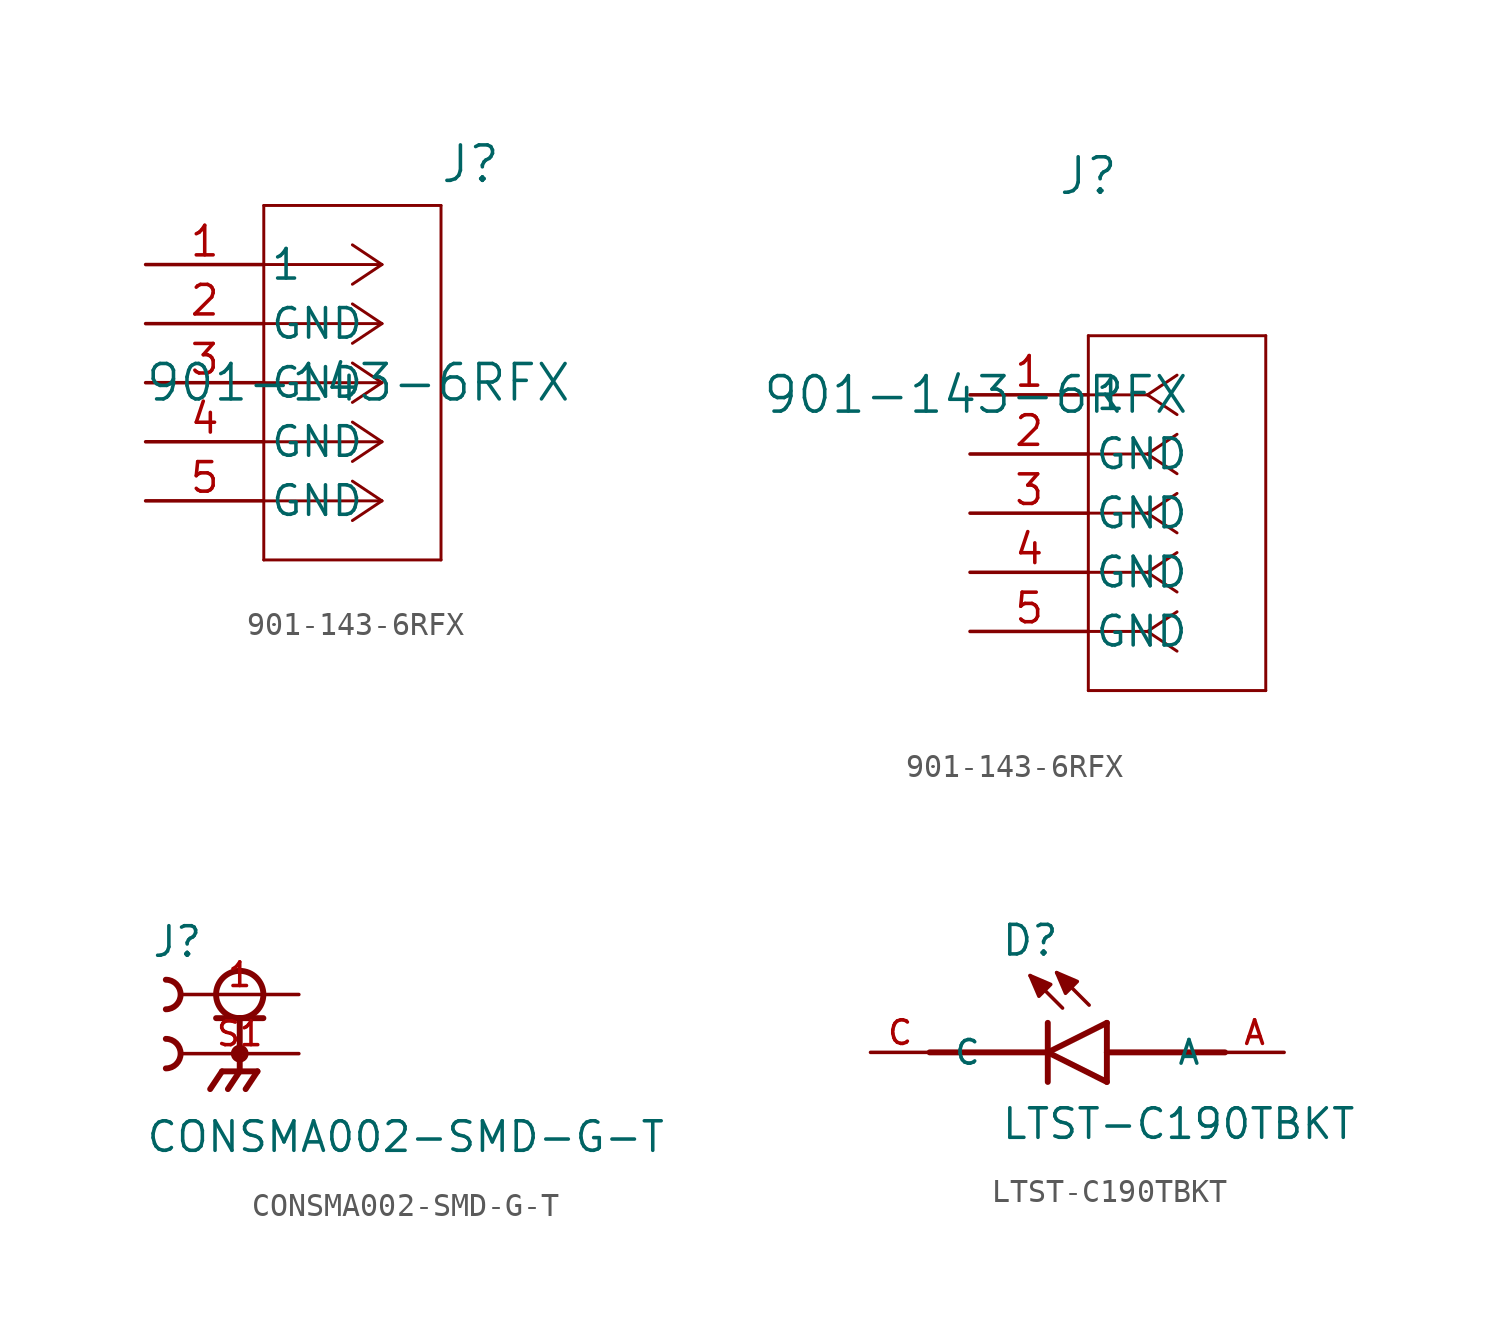
<source format=kicad_sym>
(kicad_symbol_lib
  (version 20231120)
  (generator "kicad_symbol_editor")
  (generator_version "8.0")
  (symbol "901-143-6RFX"
    (pin_names
      (offset 0.254))
    (property "Reference" "J"
      (at 5.08 9.398 0)
      (effects (font (size 1.524 1.524))))
    (property "Value" "901-143-6RFX"
      (at 0.254 0 0)
      (effects (font (size 1.524 1.524))))
    (property "ki_locked" ""
      (at 0 0 0)
      (effects (font (size 1.27 1.27))))
    (symbol "901-143-6RFX_1_1"
      (polyline (pts (xy -3.81 -7.62) (xy 3.81 -7.62)) (stroke (width 0.127) (type default)) (fill (type none)))
      (polyline (pts (xy -3.81 7.62) (xy -3.81 -7.62)) (stroke (width 0.127) (type default)) (fill (type none)))
      (polyline (pts (xy 1.27 -5.08) (xy -3.81 -5.08)) (stroke (width 0.127) (type default)) (fill (type none)))
      (polyline (pts (xy 1.27 -5.08) (xy 0 -5.927)) (stroke (width 0.127) (type default)) (fill (type none)))
      (polyline (pts (xy 1.27 -5.08) (xy 0 -4.233)) (stroke (width 0.127) (type default)) (fill (type none)))
      (polyline (pts (xy 1.27 -2.54) (xy -3.81 -2.54)) (stroke (width 0.127) (type default)) (fill (type none)))
      (polyline (pts (xy 1.27 -2.54) (xy 0 -3.387)) (stroke (width 0.127) (type default)) (fill (type none)))
      (polyline (pts (xy 1.27 -2.54) (xy 0 -1.693)) (stroke (width 0.127) (type default)) (fill (type none)))
      (polyline (pts (xy 1.27 0) (xy -3.81 0)) (stroke (width 0.127) (type default)) (fill (type none)))
      (polyline (pts (xy 1.27 0) (xy 0 -0.847)) (stroke (width 0.127) (type default)) (fill (type none)))
      (polyline (pts (xy 1.27 0) (xy 0 0.847)) (stroke (width 0.127) (type default)) (fill (type none)))
      (polyline (pts (xy 1.27 2.54) (xy -3.81 2.54)) (stroke (width 0.127) (type default)) (fill (type none)))
      (polyline (pts (xy 1.27 2.54) (xy 0 1.693)) (stroke (width 0.127) (type default)) (fill (type none)))
      (polyline (pts (xy 1.27 2.54) (xy 0 3.387)) (stroke (width 0.127) (type default)) (fill (type none)))
      (polyline (pts (xy 1.27 5.08) (xy -3.81 5.08)) (stroke (width 0.127) (type default)) (fill (type none)))
      (polyline (pts (xy 1.27 5.08) (xy 0 4.233)) (stroke (width 0.127) (type default)) (fill (type none)))
      (polyline (pts (xy 1.27 5.08) (xy 0 5.927)) (stroke (width 0.127) (type default)) (fill (type none)))
      (polyline (pts (xy 3.81 -7.62) (xy 3.81 7.62)) (stroke (width 0.127) (type default)) (fill (type none)))
      (polyline (pts (xy 3.81 7.62) (xy -3.81 7.62)) (stroke (width 0.127) (type default)) (fill (type none)))
      (pin unspecified line (at -8.89 5.08 0) (length 5.08) (name "1" (effects (font (size 1.27 1.27)))) (number "1" (effects (font (size 1.27 1.27)))))
      (pin unspecified line (at -8.89 2.54 0) (length 5.08) (name "GND" (effects (font (size 1.27 1.27)))) (number "2" (effects (font (size 1.27 1.27)))))
      (pin unspecified line (at -8.89 0 0) (length 5.08) (name "GND" (effects (font (size 1.27 1.27)))) (number "3" (effects (font (size 1.27 1.27)))))
      (pin unspecified line (at -8.89 -2.54 0) (length 5.08) (name "GND" (effects (font (size 1.27 1.27)))) (number "4" (effects (font (size 1.27 1.27)))))
      (pin unspecified line (at -8.89 -5.08 0) (length 5.08) (name "GND" (effects (font (size 1.27 1.27)))) (number "5" (effects (font (size 1.27 1.27))))))
    (symbol "901-143-6RFX_1_2"
      (polyline (pts (xy 5.08 -12.7) (xy 12.7 -12.7)) (stroke (width 0.127) (type default)) (fill (type none)))
      (polyline (pts (xy 5.08 2.54) (xy 5.08 -12.7)) (stroke (width 0.127) (type default)) (fill (type none)))
      (polyline (pts (xy 7.62 -10.16) (xy 5.08 -10.16)) (stroke (width 0.127) (type default)) (fill (type none)))
      (polyline (pts (xy 7.62 -10.16) (xy 8.89 -11.007)) (stroke (width 0.127) (type default)) (fill (type none)))
      (polyline (pts (xy 7.62 -10.16) (xy 8.89 -9.313)) (stroke (width 0.127) (type default)) (fill (type none)))
      (polyline (pts (xy 7.62 -7.62) (xy 5.08 -7.62)) (stroke (width 0.127) (type default)) (fill (type none)))
      (polyline (pts (xy 7.62 -7.62) (xy 8.89 -8.467)) (stroke (width 0.127) (type default)) (fill (type none)))
      (polyline (pts (xy 7.62 -7.62) (xy 8.89 -6.773)) (stroke (width 0.127) (type default)) (fill (type none)))
      (polyline (pts (xy 7.62 -5.08) (xy 5.08 -5.08)) (stroke (width 0.127) (type default)) (fill (type none)))
      (polyline (pts (xy 7.62 -5.08) (xy 8.89 -5.927)) (stroke (width 0.127) (type default)) (fill (type none)))
      (polyline (pts (xy 7.62 -5.08) (xy 8.89 -4.233)) (stroke (width 0.127) (type default)) (fill (type none)))
      (polyline (pts (xy 7.62 -2.54) (xy 5.08 -2.54)) (stroke (width 0.127) (type default)) (fill (type none)))
      (polyline (pts (xy 7.62 -2.54) (xy 8.89 -3.387)) (stroke (width 0.127) (type default)) (fill (type none)))
      (polyline (pts (xy 7.62 -2.54) (xy 8.89 -1.693)) (stroke (width 0.127) (type default)) (fill (type none)))
      (polyline (pts (xy 7.62 0) (xy 5.08 0)) (stroke (width 0.127) (type default)) (fill (type none)))
      (polyline (pts (xy 7.62 0) (xy 8.89 -0.847)) (stroke (width 0.127) (type default)) (fill (type none)))
      (polyline (pts (xy 7.62 0) (xy 8.89 0.847)) (stroke (width 0.127) (type default)) (fill (type none)))
      (polyline (pts (xy 12.7 -12.7) (xy 12.7 2.54)) (stroke (width 0.127) (type default)) (fill (type none)))
      (polyline (pts (xy 12.7 2.54) (xy 5.08 2.54)) (stroke (width 0.127) (type default)) (fill (type none)))
      (pin unspecified line (at 0 0 0) (length 5.08) (name "1" (effects (font (size 1.27 1.27)))) (number "1" (effects (font (size 1.27 1.27)))))
      (pin unspecified line (at 0 -2.54 0) (length 5.08) (name "GND" (effects (font (size 1.27 1.27)))) (number "2" (effects (font (size 1.27 1.27)))))
      (pin unspecified line (at 0 -5.08 0) (length 5.08) (name "GND" (effects (font (size 1.27 1.27)))) (number "3" (effects (font (size 1.27 1.27)))))
      (pin unspecified line (at 0 -7.62 0) (length 5.08) (name "GND" (effects (font (size 1.27 1.27)))) (number "4" (effects (font (size 1.27 1.27)))))
      (pin unspecified line (at 0 -10.16 0) (length 5.08) (name "GND" (effects (font (size 1.27 1.27)))) (number "5" (effects (font (size 1.27 1.27)))))))
  (symbol "CONSMA002-SMD-G-T"
    (pin_names
      (offset 1.016))
    (property "Reference" "J"
      (at -3.81 1.524 0)
      (effects (font (size 1.27 1.27)) (justify left bottom)))
    (property "Value" "CONSMA002-SMD-G-T"
      (at -4.064 -6.858 0)
      (effects (font (size 1.27 1.27)) (justify left bottom)))
    (symbol "CONSMA002-SMD-G-T_0_0"
      (arc (start -3.175 -3.175) (mid -2.5427 -2.54) (end -3.175 -1.905) (stroke (width 0.254) (type default)) (fill (type none)))
      (arc (start -3.175 -0.635) (mid -2.5427 0) (end -3.175 0.635) (stroke (width 0.254) (type default)) (fill (type none)))
      (circle (center 0 -2.54) (radius 0.254) (stroke (width 0.254) (type default)) (fill (type none)))
      (polyline (pts (xy -1.016 -1.016) (xy 0 -1.016)) (stroke (width 0.254) (type default)) (fill (type none)))
      (polyline (pts (xy -0.762 -3.302) (xy -1.27 -4.064)) (stroke (width 0.254) (type default)) (fill (type none)))
      (polyline (pts (xy 0 -3.302) (xy -0.762 -3.302)) (stroke (width 0.254) (type default)) (fill (type none)))
      (polyline (pts (xy 0 -3.302) (xy -0.508 -4.064)) (stroke (width 0.254) (type default)) (fill (type none)))
      (polyline (pts (xy 0 -3.302) (xy 0.762 -3.302)) (stroke (width 0.254) (type default)) (fill (type none)))
      (polyline (pts (xy 0 -1.016) (xy 0 -3.302)) (stroke (width 0.254) (type default)) (fill (type none)))
      (polyline (pts (xy 0 -1.016) (xy 1.016 -1.016)) (stroke (width 0.254) (type default)) (fill (type none)))
      (polyline (pts (xy 0.762 -3.302) (xy 0.254 -4.064)) (stroke (width 0.254) (type default)) (fill (type none)))
      (circle (center 0 0) (radius 1.016) (stroke (width 0.254) (type default)) (fill (type none)))
      (pin passive line (at 2.54 0 180) (length 5.08) (name "~" (effects (font (size 1.016 1.016)))) (number "1" (effects (font (size 1.016 1.016)))))
      (pin passive line (at 2.54 -2.54 180) (length 5.08) (name "~" (effects (font (size 1.016 1.016)))) (number "S1" (effects (font (size 1.016 1.016)))))))
  (symbol "LTST-C190TBKT"
    (pin_names
      (offset 1.016))
    (property "Reference" "D"
      (at -2.035 4.069 0)
      (effects (font (size 1.27 1.27)) (justify left bottom)))
    (property "Value" "LTST-C190TBKT"
      (at -2.034 -3.814 0)
      (effects (font (size 1.27 1.27)) (justify left bottom)))
    (symbol "LTST-C190TBKT_0_0"
      (polyline (pts (xy -5.08 0) (xy 0 0)) (stroke (width 0.254) (type default)) (fill (type none)))
      (polyline (pts (xy 0 -1.27) (xy 0 0)) (stroke (width 0.254) (type default)) (fill (type none)))
      (polyline (pts (xy 0 0) (xy 0 1.27)) (stroke (width 0.254) (type default)) (fill (type none)))
      (polyline (pts (xy 0 0) (xy 2.54 1.27)) (stroke (width 0.254) (type default)) (fill (type none)))
      (polyline (pts (xy 0.635 1.905) (xy -0.762 3.302)) (stroke (width 0.152) (type default)) (fill (type none)))
      (polyline (pts (xy 1.778 2.032) (xy 0.381 3.429)) (stroke (width 0.152) (type default)) (fill (type none)))
      (polyline (pts (xy 2.54 -1.27) (xy 0 0)) (stroke (width 0.254) (type default)) (fill (type none)))
      (polyline (pts (xy 2.54 -1.27) (xy 2.54 0)) (stroke (width 0.254) (type default)) (fill (type none)))
      (polyline (pts (xy 2.54 0) (xy 2.54 1.27)) (stroke (width 0.254) (type default)) (fill (type none)))
      (polyline (pts (xy 2.54 0) (xy 7.62 0)) (stroke (width 0.254) (type default)) (fill (type none)))
      (polyline (pts (xy -0.762 3.302) (xy 0.127 2.921) (xy -0.381 2.413) (xy -0.762 3.302)) (stroke (width 0.152) (type default)) (fill (type outline)))
      (polyline (pts (xy 0.381 3.429) (xy 1.27 3.048) (xy 0.762 2.54) (xy 0.381 3.429)) (stroke (width 0.152) (type default)) (fill (type outline)))
      (pin passive line (at 10.16 0 180) (length 2.54) (name "A" (effects (font (size 1.016 1.016)))) (number "A" (effects (font (size 1.016 1.016)))))
      (pin passive line (at -7.62 0 0) (length 2.54) (name "C" (effects (font (size 1.016 1.016)))) (number "C" (effects (font (size 1.016 1.016))))))))
</source>
